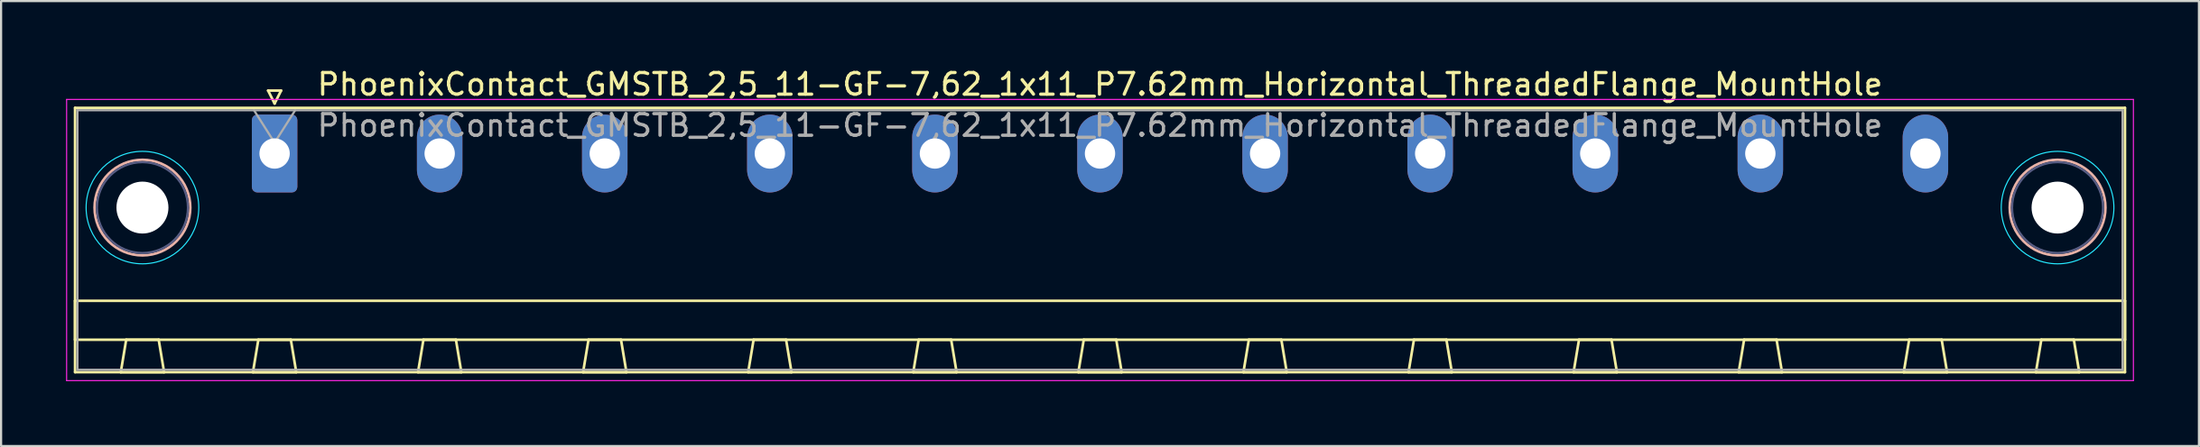
<source format=kicad_pcb>
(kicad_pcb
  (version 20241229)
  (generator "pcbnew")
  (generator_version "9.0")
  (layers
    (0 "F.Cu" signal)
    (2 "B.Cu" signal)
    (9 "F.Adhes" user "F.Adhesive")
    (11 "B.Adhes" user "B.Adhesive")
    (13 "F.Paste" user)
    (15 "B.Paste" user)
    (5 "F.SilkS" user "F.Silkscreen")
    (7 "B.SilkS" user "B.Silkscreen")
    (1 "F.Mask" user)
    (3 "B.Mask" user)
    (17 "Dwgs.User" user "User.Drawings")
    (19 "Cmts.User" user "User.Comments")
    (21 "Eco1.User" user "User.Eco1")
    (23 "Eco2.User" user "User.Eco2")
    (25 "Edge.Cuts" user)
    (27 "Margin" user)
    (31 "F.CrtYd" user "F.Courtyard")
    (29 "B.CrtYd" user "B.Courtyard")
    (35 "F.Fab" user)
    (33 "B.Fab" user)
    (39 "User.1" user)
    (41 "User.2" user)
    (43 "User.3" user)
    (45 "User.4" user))
  (footprint "PhoenixContact_GMSTB_2,5_11-GF-7,62_1x11_P7.62mm_Horizontal_ThreadedFlange_MountHole"
    (layer "F.Cu")
    (at 9.625 4.048)
    (property "Reference" "PhoenixContact_GMSTB_2,5_11-GF-7,62_1x11_P7.62mm_Horizontal_ThreadedFlange_MountHole" (at 38.1 -3.2 0) (layer "F.SilkS") (effects (font (size 1 1) (thickness 0.15))))
    (attr through_hole)
    (fp_line (start -9.21 -2.11) (end -9.21 10.11) (stroke (width 0.12) (type solid)) (layer "F.SilkS"))
    (fp_line (start -9.21 6.81) (end 85.41 6.81) (stroke (width 0.12) (type solid)) (layer "F.SilkS"))
    (fp_line (start -9.21 8.61) (end -9.21 6.81) (stroke (width 0.12) (type solid)) (layer "F.SilkS"))
    (fp_line (start -9.21 10.11) (end 85.41 10.11) (stroke (width 0.12) (type solid)) (layer "F.SilkS"))
    (fp_line (start -7.1 10.11) (end -5.1 10.11) (stroke (width 0.12) (type solid)) (layer "F.SilkS"))
    (fp_line (start -6.85 8.61) (end -7.1 10.11) (stroke (width 0.12) (type solid)) (layer "F.SilkS"))
    (fp_line (start -5.35 8.61) (end -6.85 8.61) (stroke (width 0.12) (type solid)) (layer "F.SilkS"))
    (fp_line (start -5.1 10.11) (end -5.35 8.61) (stroke (width 0.12) (type solid)) (layer "F.SilkS"))
    (fp_line (start -1 10.11) (end 1 10.11) (stroke (width 0.12) (type solid)) (layer "F.SilkS"))
    (fp_line (start -0.75 8.61) (end -1 10.11) (stroke (width 0.12) (type solid)) (layer "F.SilkS"))
    (fp_line (start -0.3 -2.91) (end 0.3 -2.91) (stroke (width 0.12) (type solid)) (layer "F.SilkS"))
    (fp_line (start 0 -2.31) (end -0.3 -2.91) (stroke (width 0.12) (type solid)) (layer "F.SilkS"))
    (fp_line (start 0.3 -2.91) (end 0 -2.31) (stroke (width 0.12) (type solid)) (layer "F.SilkS"))
    (fp_line (start 0.75 8.61) (end -0.75 8.61) (stroke (width 0.12) (type solid)) (layer "F.SilkS"))
    (fp_line (start 1 10.11) (end 0.75 8.61) (stroke (width 0.12) (type solid)) (layer "F.SilkS"))
    (fp_line (start 6.62 10.11) (end 8.62 10.11) (stroke (width 0.12) (type solid)) (layer "F.SilkS"))
    (fp_line (start 6.87 8.61) (end 6.62 10.11) (stroke (width 0.12) (type solid)) (layer "F.SilkS"))
    (fp_line (start 8.37 8.61) (end 6.87 8.61) (stroke (width 0.12) (type solid)) (layer "F.SilkS"))
    (fp_line (start 8.62 10.11) (end 8.37 8.61) (stroke (width 0.12) (type solid)) (layer "F.SilkS"))
    (fp_line (start 14.24 10.11) (end 16.24 10.11) (stroke (width 0.12) (type solid)) (layer "F.SilkS"))
    (fp_line (start 14.49 8.61) (end 14.24 10.11) (stroke (width 0.12) (type solid)) (layer "F.SilkS"))
    (fp_line (start 15.99 8.61) (end 14.49 8.61) (stroke (width 0.12) (type solid)) (layer "F.SilkS"))
    (fp_line (start 16.24 10.11) (end 15.99 8.61) (stroke (width 0.12) (type solid)) (layer "F.SilkS"))
    (fp_line (start 21.86 10.11) (end 23.86 10.11) (stroke (width 0.12) (type solid)) (layer "F.SilkS"))
    (fp_line (start 22.11 8.61) (end 21.86 10.11) (stroke (width 0.12) (type solid)) (layer "F.SilkS"))
    (fp_line (start 23.61 8.61) (end 22.11 8.61) (stroke (width 0.12) (type solid)) (layer "F.SilkS"))
    (fp_line (start 23.86 10.11) (end 23.61 8.61) (stroke (width 0.12) (type solid)) (layer "F.SilkS"))
    (fp_line (start 29.48 10.11) (end 31.48 10.11) (stroke (width 0.12) (type solid)) (layer "F.SilkS"))
    (fp_line (start 29.73 8.61) (end 29.48 10.11) (stroke (width 0.12) (type solid)) (layer "F.SilkS"))
    (fp_line (start 31.23 8.61) (end 29.73 8.61) (stroke (width 0.12) (type solid)) (layer "F.SilkS"))
    (fp_line (start 31.48 10.11) (end 31.23 8.61) (stroke (width 0.12) (type solid)) (layer "F.SilkS"))
    (fp_line (start 37.1 10.11) (end 39.1 10.11) (stroke (width 0.12) (type solid)) (layer "F.SilkS"))
    (fp_line (start 37.35 8.61) (end 37.1 10.11) (stroke (width 0.12) (type solid)) (layer "F.SilkS"))
    (fp_line (start 38.85 8.61) (end 37.35 8.61) (stroke (width 0.12) (type solid)) (layer "F.SilkS"))
    (fp_line (start 39.1 10.11) (end 38.85 8.61) (stroke (width 0.12) (type solid)) (layer "F.SilkS"))
    (fp_line (start 44.72 10.11) (end 46.72 10.11) (stroke (width 0.12) (type solid)) (layer "F.SilkS"))
    (fp_line (start 44.97 8.61) (end 44.72 10.11) (stroke (width 0.12) (type solid)) (layer "F.SilkS"))
    (fp_line (start 46.47 8.61) (end 44.97 8.61) (stroke (width 0.12) (type solid)) (layer "F.SilkS"))
    (fp_line (start 46.72 10.11) (end 46.47 8.61) (stroke (width 0.12) (type solid)) (layer "F.SilkS"))
    (fp_line (start 52.34 10.11) (end 54.34 10.11) (stroke (width 0.12) (type solid)) (layer "F.SilkS"))
    (fp_line (start 52.59 8.61) (end 52.34 10.11) (stroke (width 0.12) (type solid)) (layer "F.SilkS"))
    (fp_line (start 54.09 8.61) (end 52.59 8.61) (stroke (width 0.12) (type solid)) (layer "F.SilkS"))
    (fp_line (start 54.34 10.11) (end 54.09 8.61) (stroke (width 0.12) (type solid)) (layer "F.SilkS"))
    (fp_line (start 59.96 10.11) (end 61.96 10.11) (stroke (width 0.12) (type solid)) (layer "F.SilkS"))
    (fp_line (start 60.21 8.61) (end 59.96 10.11) (stroke (width 0.12) (type solid)) (layer "F.SilkS"))
    (fp_line (start 61.71 8.61) (end 60.21 8.61) (stroke (width 0.12) (type solid)) (layer "F.SilkS"))
    (fp_line (start 61.96 10.11) (end 61.71 8.61) (stroke (width 0.12) (type solid)) (layer "F.SilkS"))
    (fp_line (start 67.58 10.11) (end 69.58 10.11) (stroke (width 0.12) (type solid)) (layer "F.SilkS"))
    (fp_line (start 67.83 8.61) (end 67.58 10.11) (stroke (width 0.12) (type solid)) (layer "F.SilkS"))
    (fp_line (start 69.33 8.61) (end 67.83 8.61) (stroke (width 0.12) (type solid)) (layer "F.SilkS"))
    (fp_line (start 69.58 10.11) (end 69.33 8.61) (stroke (width 0.12) (type solid)) (layer "F.SilkS"))
    (fp_line (start 75.2 10.11) (end 77.2 10.11) (stroke (width 0.12) (type solid)) (layer "F.SilkS"))
    (fp_line (start 75.45 8.61) (end 75.2 10.11) (stroke (width 0.12) (type solid)) (layer "F.SilkS"))
    (fp_line (start 76.95 8.61) (end 75.45 8.61) (stroke (width 0.12) (type solid)) (layer "F.SilkS"))
    (fp_line (start 77.2 10.11) (end 76.95 8.61) (stroke (width 0.12) (type solid)) (layer "F.SilkS"))
    (fp_line (start 81.3 10.11) (end 83.3 10.11) (stroke (width 0.12) (type solid)) (layer "F.SilkS"))
    (fp_line (start 81.55 8.61) (end 81.3 10.11) (stroke (width 0.12) (type solid)) (layer "F.SilkS"))
    (fp_line (start 83.05 8.61) (end 81.55 8.61) (stroke (width 0.12) (type solid)) (layer "F.SilkS"))
    (fp_line (start 83.3 10.11) (end 83.05 8.61) (stroke (width 0.12) (type solid)) (layer "F.SilkS"))
    (fp_line (start 85.41 -2.11) (end -9.21 -2.11) (stroke (width 0.12) (type solid)) (layer "F.SilkS"))
    (fp_line (start 85.41 6.81) (end 85.41 8.61) (stroke (width 0.12) (type solid)) (layer "F.SilkS"))
    (fp_line (start 85.41 8.61) (end -9.21 8.61) (stroke (width 0.12) (type solid)) (layer "F.SilkS"))
    (fp_line (start 85.41 10.11) (end 85.41 -2.11) (stroke (width 0.12) (type solid)) (layer "F.SilkS"))
    (fp_circle (center -6.1 2.5) (end -3.89 2.5) (stroke (width 0.12) (type solid)) (fill no) (layer "B.SilkS"))
    (fp_circle (center 82.3 2.5) (end 84.51 2.5) (stroke (width 0.12) (type solid)) (fill no) (layer "B.SilkS"))
    (fp_circle (center -6.1 2.5) (end -3.5 2.5) (stroke (width 0.05) (type solid)) (fill no) (layer "B.CrtYd"))
    (fp_circle (center 82.3 2.5) (end 84.9 2.5) (stroke (width 0.05) (type solid)) (fill no) (layer "B.CrtYd"))
    (fp_line (start -9.6 -2.5) (end -9.6 10.5) (stroke (width 0.05) (type solid)) (layer "F.CrtYd"))
    (fp_line (start -9.6 10.5) (end 85.8 10.5) (stroke (width 0.05) (type solid)) (layer "F.CrtYd"))
    (fp_line (start 85.8 -2.5) (end -9.6 -2.5) (stroke (width 0.05) (type solid)) (layer "F.CrtYd"))
    (fp_line (start 85.8 10.5) (end 85.8 -2.5) (stroke (width 0.05) (type solid)) (layer "F.CrtYd"))
    (fp_circle (center -6.1 2.5) (end -4 2.5) (stroke (width 0.1) (type solid)) (fill no) (layer "B.Fab"))
    (fp_circle (center 82.3 2.5) (end 84.4 2.5) (stroke (width 0.1) (type solid)) (fill no) (layer "B.Fab"))
    (fp_line (start -9.1 -2) (end -9.1 10) (stroke (width 0.1) (type solid)) (layer "F.Fab"))
    (fp_line (start -9.1 10) (end 85.3 10) (stroke (width 0.1) (type solid)) (layer "F.Fab"))
    (fp_line (start 0 -0.5) (end -0.95 -2) (stroke (width 0.1) (type solid)) (layer "F.Fab"))
    (fp_line (start 0.95 -2) (end 0 -0.5) (stroke (width 0.1) (type solid)) (layer "F.Fab"))
    (fp_line (start 85.3 -2) (end -9.1 -2) (stroke (width 0.1) (type solid)) (layer "F.Fab"))
    (fp_line (start 85.3 10) (end 85.3 -2) (stroke (width 0.1) (type solid)) (layer "F.Fab"))
    (fp_text user "${REFERENCE}" (at 38.1 -1.3 0) (layer "F.Fab") (effects (font (size 1 1) (thickness 0.15))))
    (pad "" np_thru_hole circle (at -6.1 2.5) (size 2.4 2.4) (drill 2.4) (layers "*.Cu" "*.Mask"))
    (pad "" np_thru_hole circle (at 82.3 2.5) (size 2.4 2.4) (drill 2.4) (layers "*.Cu" "*.Mask"))
    (pad "1" thru_hole roundrect (at 0 0) (size 2.1 3.6) (drill 1.4) (layers "*.Cu" "*.Mask") (roundrect_rratio 0.119))
    (pad "2" thru_hole oval (at 7.62 0) (size 2.1 3.6) (drill 1.4) (layers "*.Cu" "*.Mask"))
    (pad "3" thru_hole oval (at 15.24 0) (size 2.1 3.6) (drill 1.4) (layers "*.Cu" "*.Mask"))
    (pad "4" thru_hole oval (at 22.86 0) (size 2.1 3.6) (drill 1.4) (layers "*.Cu" "*.Mask"))
    (pad "5" thru_hole oval (at 30.48 0) (size 2.1 3.6) (drill 1.4) (layers "*.Cu" "*.Mask"))
    (pad "6" thru_hole oval (at 38.1 0) (size 2.1 3.6) (drill 1.4) (layers "*.Cu" "*.Mask"))
    (pad "7" thru_hole oval (at 45.72 0) (size 2.1 3.6) (drill 1.4) (layers "*.Cu" "*.Mask"))
    (pad "8" thru_hole oval (at 53.34 0) (size 2.1 3.6) (drill 1.4) (layers "*.Cu" "*.Mask"))
    (pad "9" thru_hole oval (at 60.96 0) (size 2.1 3.6) (drill 1.4) (layers "*.Cu" "*.Mask"))
    (pad "10" thru_hole oval (at 68.58 0) (size 2.1 3.6) (drill 1.4) (layers "*.Cu" "*.Mask"))
    (pad "11" thru_hole oval (at 76.2 0) (size 2.1 3.6) (drill 1.4) (layers "*.Cu" "*.Mask")))
  (gr_rect
    (start -3 -3)
    (end 98.45 17.573)
    (stroke (width 0.1) (type default))
    (fill no)
    (layer "Edge.Cuts")))
</source>
